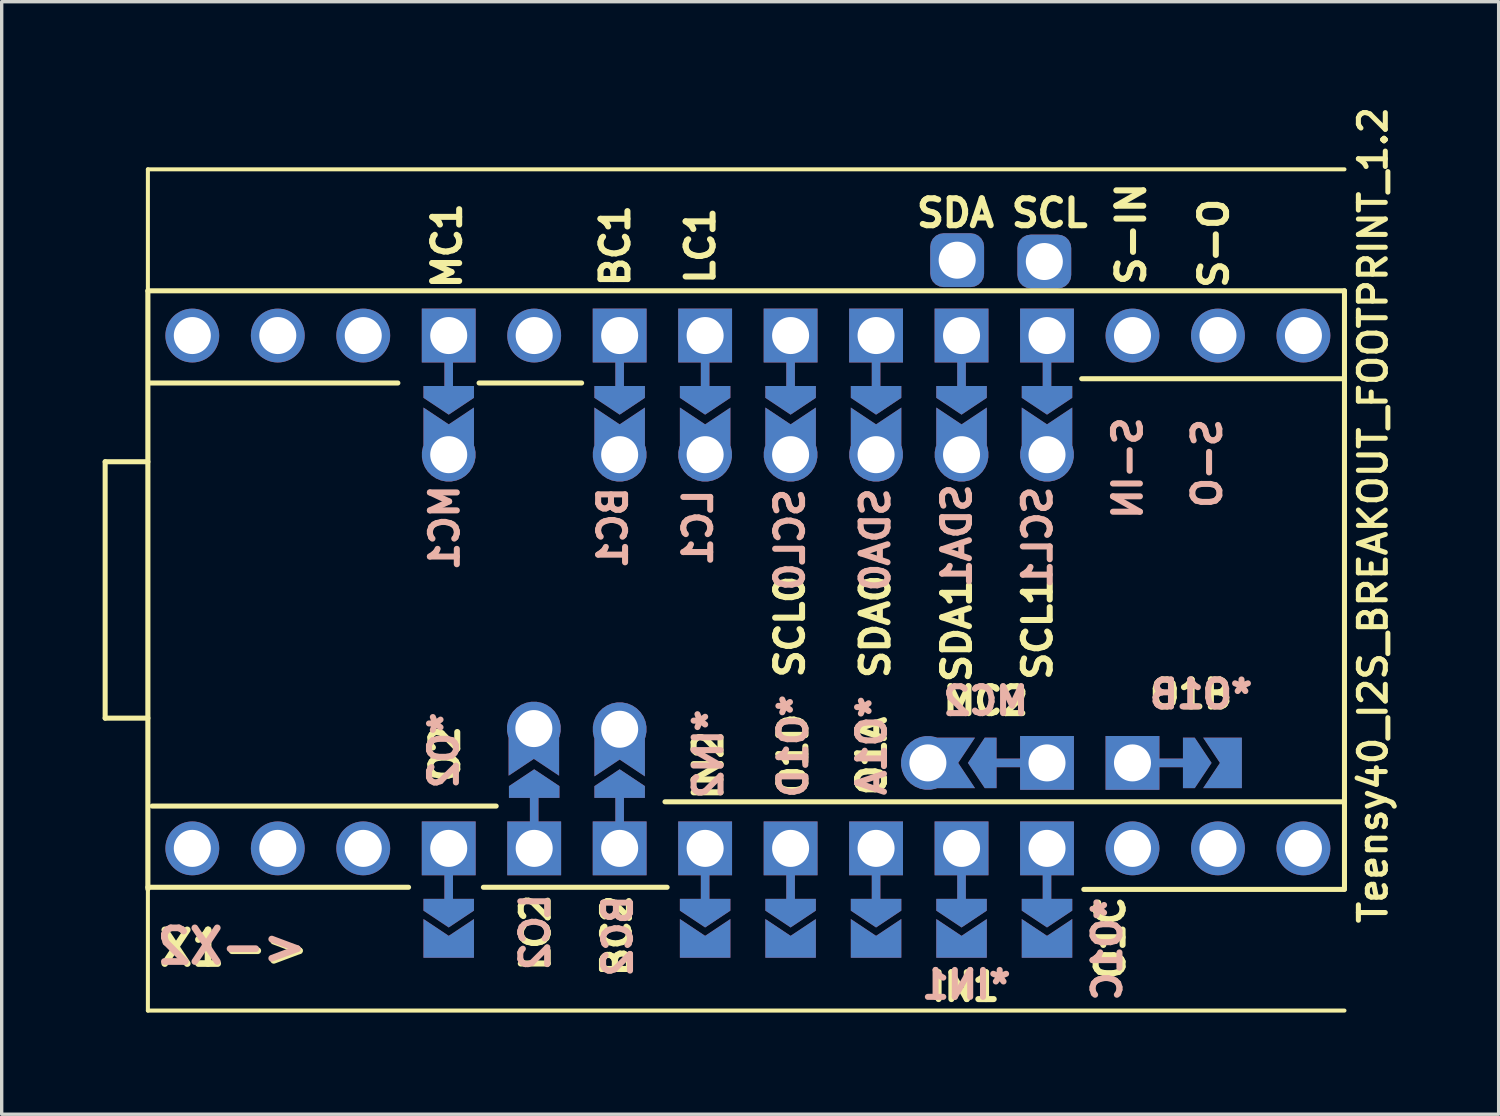
<source format=kicad_pcb>
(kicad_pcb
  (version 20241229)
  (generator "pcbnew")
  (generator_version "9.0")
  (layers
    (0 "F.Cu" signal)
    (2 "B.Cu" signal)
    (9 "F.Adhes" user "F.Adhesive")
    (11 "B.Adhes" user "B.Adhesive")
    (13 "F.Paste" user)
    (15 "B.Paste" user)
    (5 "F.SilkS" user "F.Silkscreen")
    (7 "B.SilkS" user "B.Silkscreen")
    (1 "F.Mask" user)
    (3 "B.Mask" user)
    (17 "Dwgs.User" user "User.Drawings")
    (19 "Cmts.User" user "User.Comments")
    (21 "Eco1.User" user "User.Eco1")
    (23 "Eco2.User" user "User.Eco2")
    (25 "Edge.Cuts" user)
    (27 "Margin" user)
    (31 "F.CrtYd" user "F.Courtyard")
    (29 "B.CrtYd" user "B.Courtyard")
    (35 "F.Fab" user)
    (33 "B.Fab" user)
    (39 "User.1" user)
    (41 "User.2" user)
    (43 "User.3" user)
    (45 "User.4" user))
  (footprint "Teensy40_I2S_BREAKOUT_FOOTPRINT_1.2"
    (layer "F.Cu")
    (at 1.345 1.982)
    (property "Reference" "Teensy40_I2S_BREAKOUT_FOOTPRINT_1.2" (at 36.411 10.277 270) (layer "F.SilkS") (effects (font (size 0.8 0.8) (thickness 0.15))))
    (attr through_hole)
    (fp_poly (pts (xy 8.255 6.54) (xy 9.652 6.604) (xy 9.652 7.62) (xy 8.255 7.556)) (stroke (width 0.1) (type solid)) (fill yes) (layer "F.Mask"))
    (fp_poly (pts (xy 9.629 23.33) (xy 8.232 23.33) (xy 8.232 21.86) (xy 9.629 21.86)) (stroke (width 0.1) (type solid)) (fill yes) (layer "F.Mask"))
    (fp_poly (pts (xy 10.763 17.13) (xy 12.16 17.193) (xy 12.16 18.59) (xy 10.763 18.526)) (stroke (width 0.1) (type solid)) (fill yes) (layer "F.Mask"))
    (fp_poly (pts (xy 13.323 6.506) (xy 14.72 6.57) (xy 14.72 7.967) (xy 13.323 7.904)) (stroke (width 0.1) (type solid)) (fill yes) (layer "F.Mask"))
    (fp_poly (pts (xy 13.323 17.189) (xy 14.72 17.253) (xy 14.72 18.65) (xy 13.323 18.587)) (stroke (width 0.1) (type solid)) (fill yes) (layer "F.Mask"))
    (fp_poly (pts (xy 15.87 6.53) (xy 17.267 6.593) (xy 17.267 7.99) (xy 15.87 7.927)) (stroke (width 0.1) (type solid)) (fill yes) (layer "F.Mask"))
    (fp_poly (pts (xy 17.268 23.35) (xy 15.871 23.35) (xy 15.882 21.76) (xy 17.279 21.76)) (stroke (width 0.1) (type solid)) (fill yes) (layer "F.Mask"))
    (fp_poly (pts (xy 18.403 6.516) (xy 19.8 6.58) (xy 19.8 7.977) (xy 18.403 7.913)) (stroke (width 0.1) (type solid)) (fill yes) (layer "F.Mask"))
    (fp_poly (pts (xy 19.819 23.32) (xy 18.422 23.32) (xy 18.422 21.75) (xy 19.819 21.75)) (stroke (width 0.1) (type solid)) (fill yes) (layer "F.Mask"))
    (fp_poly (pts (xy 20.933 6.506) (xy 22.33 6.57) (xy 22.33 7.967) (xy 20.933 7.904)) (stroke (width 0.1) (type solid)) (fill yes) (layer "F.Mask"))
    (fp_poly (pts (xy 22.338 23.34) (xy 20.942 23.34) (xy 20.962 21.76) (xy 22.358 21.76)) (stroke (width 0.1) (type solid)) (fill yes) (layer "F.Mask"))
    (fp_poly (pts (xy 23.48 6.5) (xy 24.877 6.564) (xy 24.877 7.96) (xy 23.48 7.897)) (stroke (width 0.1) (type solid)) (fill yes) (layer "F.Mask"))
    (fp_poly (pts (xy 24.869 23.37) (xy 23.471 23.37) (xy 23.491 21.73) (xy 24.889 21.73)) (stroke (width 0.1) (type solid)) (fill yes) (layer "F.Mask"))
    (fp_poly (pts (xy 25.2 16.95) (xy 25.137 18.347) (xy 23.739 18.347) (xy 23.803 16.95)) (stroke (width 0.1) (type solid)) (fill yes) (layer "F.Mask"))
    (fp_poly (pts (xy 26.02 6.5) (xy 27.417 6.564) (xy 27.417 7.96) (xy 26.02 7.897)) (stroke (width 0.1) (type solid)) (fill yes) (layer "F.Mask"))
    (fp_poly (pts (xy 27.396 23.332) (xy 25.999 23.332) (xy 25.999 21.76) (xy 27.396 21.76)) (stroke (width 0.1) (type solid)) (fill yes) (layer "F.Mask"))
    (fp_poly (pts (xy 32.31 16.963) (xy 32.247 18.36) (xy 30.85 18.36) (xy 30.913 16.963)) (stroke (width 0.1) (type solid)) (fill yes) (layer "F.Mask"))
    (fp_poly (pts (xy 8.319 6.54) (xy 9.652 6.54) (xy 9.652 7.62) (xy 8.255 7.556)) (stroke (width 0.1) (type solid)) (fill yes) (layer "B.Mask"))
    (fp_poly (pts (xy 9.629 23.32) (xy 8.232 23.32) (xy 8.222 21.74) (xy 9.618 21.74)) (stroke (width 0.1) (type solid)) (fill yes) (layer "B.Mask"))
    (fp_poly (pts (xy 10.803 17.14) (xy 12.2 17.203) (xy 12.2 18.6) (xy 10.803 18.537)) (stroke (width 0.1) (type solid)) (fill yes) (layer "B.Mask"))
    (fp_poly (pts (xy 13.32 6.49) (xy 14.717 6.553) (xy 14.717 7.95) (xy 13.32 7.887)) (stroke (width 0.1) (type solid)) (fill yes) (layer "B.Mask"))
    (fp_poly (pts (xy 13.333 17.14) (xy 14.73 17.203) (xy 14.73 18.6) (xy 13.333 18.537)) (stroke (width 0.1) (type solid)) (fill yes) (layer "B.Mask"))
    (fp_poly (pts (xy 15.87 6.49) (xy 17.267 6.553) (xy 17.267 7.95) (xy 15.87 7.887)) (stroke (width 0.1) (type solid)) (fill yes) (layer "B.Mask"))
    (fp_poly (pts (xy 17.259 23.37) (xy 15.861 23.37) (xy 15.871 21.75) (xy 17.268 21.75)) (stroke (width 0.1) (type solid)) (fill yes) (layer "B.Mask"))
    (fp_poly (pts (xy 18.403 6.476) (xy 19.8 6.54) (xy 19.8 7.937) (xy 18.403 7.873)) (stroke (width 0.1) (type solid)) (fill yes) (layer "B.Mask"))
    (fp_poly (pts (xy 19.799 23.33) (xy 18.401 23.33) (xy 18.381 21.73) (xy 19.779 21.73)) (stroke (width 0.1) (type solid)) (fill yes) (layer "B.Mask"))
    (fp_poly (pts (xy 20.953 6.506) (xy 22.35 6.57) (xy 22.35 7.967) (xy 20.953 7.904)) (stroke (width 0.1) (type solid)) (fill yes) (layer "B.Mask"))
    (fp_poly (pts (xy 22.338 23.34) (xy 20.942 23.34) (xy 20.962 21.74) (xy 22.358 21.74)) (stroke (width 0.1) (type solid)) (fill yes) (layer "B.Mask"))
    (fp_poly (pts (xy 23.49 6.48) (xy 24.887 6.543) (xy 24.887 7.941) (xy 23.49 7.877)) (stroke (width 0.1) (type solid)) (fill yes) (layer "B.Mask"))
    (fp_poly (pts (xy 24.869 23.35) (xy 23.471 23.35) (xy 23.491 21.73) (xy 24.889 21.73)) (stroke (width 0.1) (type solid)) (fill yes) (layer "B.Mask"))
    (fp_poly (pts (xy 25.14 16.95) (xy 25.076 18.347) (xy 23.68 18.347) (xy 23.743 16.95)) (stroke (width 0.1) (type solid)) (fill yes) (layer "B.Mask"))
    (fp_poly (pts (xy 26.01 6.5) (xy 27.407 6.564) (xy 27.407 7.96) (xy 26.01 7.897)) (stroke (width 0.1) (type solid)) (fill yes) (layer "B.Mask"))
    (fp_poly (pts (xy 27.419 23.32) (xy 26.021 23.32) (xy 26.021 21.74) (xy 27.419 21.74)) (stroke (width 0.1) (type solid)) (fill yes) (layer "B.Mask"))
    (fp_poly (pts (xy 32.367 16.94) (xy 32.303 18.337) (xy 30.907 18.337) (xy 30.97 16.94)) (stroke (width 0.1) (type solid)) (fill yes) (layer "B.Mask"))
    (fp_line (start -1.27 8.69) (end 0 8.69) (stroke (width 0.15) (type solid)) (layer "F.SilkS"))
    (fp_line (start -1.27 16.31) (end -1.27 8.69) (stroke (width 0.15) (type solid)) (layer "F.SilkS"))
    (fp_line (start 0 0) (end 0 25) (stroke (width 0.12) (type solid)) (layer "F.SilkS"))
    (fp_line (start 0 0) (end 35.56 0) (stroke (width 0.12) (type solid)) (layer "F.SilkS"))
    (fp_line (start 0 3.61) (end 0 21.39) (stroke (width 0.15) (type solid)) (layer "F.SilkS"))
    (fp_line (start 0 16.31) (end -1.27 16.31) (stroke (width 0.15) (type solid)) (layer "F.SilkS"))
    (fp_line (start 0 21.336) (end 7.747 21.336) (stroke (width 0.15) (type solid)) (layer "F.SilkS"))
    (fp_line (start 0 25) (end 35.56 25) (stroke (width 0.12) (type solid)) (layer "F.SilkS"))
    (fp_line (start 0.064 6.35) (end 7.429 6.35) (stroke (width 0.15) (type solid)) (layer "F.SilkS"))
    (fp_line (start 0.127 18.923) (end 10.351 18.923) (stroke (width 0.15) (type solid)) (layer "F.SilkS"))
    (fp_line (start 9.842 6.35) (end 12.89 6.35) (stroke (width 0.15) (type solid)) (layer "F.SilkS"))
    (fp_line (start 9.97 21.336) (end 15.431 21.336) (stroke (width 0.15) (type solid)) (layer "F.SilkS"))
    (fp_line (start 15.367 18.796) (end 35.56 18.796) (stroke (width 0.15) (type solid)) (layer "F.SilkS"))
    (fp_line (start 27.75 6.223) (end 35.56 6.223) (stroke (width 0.15) (type solid)) (layer "F.SilkS"))
    (fp_line (start 27.813 21.399) (end 35.56 21.399) (stroke (width 0.15) (type solid)) (layer "F.SilkS"))
    (fp_line (start 35.56 3.61) (end 0 3.61) (stroke (width 0.15) (type solid)) (layer "F.SilkS"))
    (fp_line (start 35.56 21.39) (end 35.56 3.61) (stroke (width 0.15) (type solid)) (layer "F.SilkS"))
    (fp_text user "LC1" (at 16.42 2.27 90) (layer "F.SilkS") (effects (font (size 0.8 0.8) (thickness 0.18))))
    (fp_text user "S-IN" (at 29.22 1.92 90) (layer "F.SilkS") (effects (font (size 0.8 0.8) (thickness 0.18))))
    (fp_text user "S-O" (at 31.68 2.2 90) (layer "F.SilkS") (effects (font (size 0.8 0.8) (thickness 0.18))))
    (fp_text user "SDA" (at 24 1.3 0) (layer "F.SilkS") (effects (font (size 0.8 0.8) (thickness 0.18))))
    (fp_text user "SCL1" (at 26.44 13.66 90) (layer "F.SilkS") (effects (font (size 0.8 0.8) (thickness 0.18))))
    (fp_text user "IN1" (at 24.298 24.298 180) (layer "F.SilkS") (effects (font (size 0.8 0.8) (thickness 0.18))))
    (fp_text user "O1D" (at 19.177 17.399 90) (layer "F.SilkS") (effects (font (size 0.8 0.8) (thickness 0.18))))
    (fp_text user "SCL" (at 26.8 1.3 0) (layer "F.SilkS") (effects (font (size 0.8 0.8) (thickness 0.18))))
    (fp_text user "MC2" (at 24.9 15.8 0) (layer "F.SilkS") (effects (font (size 0.8 0.8) (thickness 0.18))))
    (fp_text user "SDA1" (at 24.04 13.71 90) (layer "F.SilkS") (effects (font (size 0.8 0.8) (thickness 0.18))))
    (fp_text user "SCL0" (at 19.08 13.59 90) (layer "F.SilkS") (effects (font (size 0.8 0.8) (thickness 0.18))))
    (fp_text user "O1C" (at 28.605 22.84 90) (layer "F.SilkS") (effects (font (size 0.8 0.8) (thickness 0.18))))
    (fp_text user "O1A" (at 21.514 17.435 90) (layer "F.SilkS") (effects (font (size 0.8 0.8) (thickness 0.18))))
    (fp_text user "SDA0" (at 21.62 13.59 90) (layer "F.SilkS") (effects (font (size 0.8 0.8) (thickness 0.18))))
    (fp_text user "LC2" (at 11.521 22.687 90) (layer "F.SilkS") (effects (font (size 0.8 0.8) (thickness 0.18))))
    (fp_text user "BC1" (at 13.89 2.27 90) (layer "F.SilkS") (effects (font (size 0.8 0.8) (thickness 0.18))))
    (fp_text user "MC1" (at 8.89 2.27 90) (layer "F.SilkS") (effects (font (size 0.8 0.8) (thickness 0.18))))
    (fp_text user "BC2" (at 13.934 22.774 90) (layer "F.SilkS") (effects (font (size 0.8 0.8) (thickness 0.18))))
    (fp_text user "O1B" (at 31 15.6 0) (layer "F.SilkS") (effects (font (size 0.8 0.8) (thickness 0.18))))
    (fp_text user "IN2" (at 16.657 17.714 90) (layer "F.SilkS") (effects (font (size 0.8 0.8) (thickness 0.18))))
    (fp_text user "O2" (at 8.833 17.37 90) (layer "F.SilkS") (effects (font (size 0.8 0.8) (thickness 0.18))))
    (fp_text user "X1->" (at 2.55 23.15 0) (layer "F.SilkS") (effects (font (size 1 1) (thickness 0.2))))
    (fp_text user "LC2" (at 11.506 22.667 90) (layer "B.SilkS") (effects (font (size 0.8 0.8) (thickness 0.18)) (justify mirror)))
    (fp_text user "*IN2" (at 16.657 17.374 90) (unlocked yes) (layer "B.SilkS") (effects (font (size 0.8 0.8) (thickness 0.18)) (justify mirror)))
    (fp_text user "<-X2" (at 2.49 23.09 0) (layer "B.SilkS") (effects (font (size 1 1) (thickness 0.2)) (justify mirror)))
    (fp_text user "S-O" (at 31.48 8.74 90) (layer "B.SilkS") (effects (font (size 0.8 0.8) (thickness 0.18)) (justify mirror)))
    (fp_text user "LC1" (at 16.35 10.65 90) (layer "B.SilkS") (effects (font (size 0.8 0.8) (thickness 0.18)) (justify mirror)))
    (fp_text user "SDA0" (at 21.62 11.01 90) (layer "B.SilkS") (effects (font (size 0.8 0.8) (thickness 0.18)) (justify mirror)))
    (fp_text user "*O1A" (at 21.514 17.125 90) (layer "B.SilkS") (effects (font (size 0.8 0.8) (thickness 0.18)) (justify mirror)))
    (fp_text user "SCL1" (at 26.44 10.94 90) (layer "B.SilkS") (effects (font (size 0.8 0.8) (thickness 0.18)) (justify mirror)))
    (fp_text user "*O1B" (at 31.3 15.6 0) (unlocked yes) (layer "B.SilkS") (effects (font (size 0.8 0.8) (thickness 0.18)) (justify mirror)))
    (fp_text user "*O1C" (at 28.512 23.177 90) (layer "B.SilkS") (effects (font (size 0.8 0.8) (thickness 0.18)) (justify mirror)))
    (fp_text user "BC1" (at 13.82 10.65 90) (layer "B.SilkS") (effects (font (size 0.8 0.8) (thickness 0.18)) (justify mirror)))
    (fp_text user "MC1" (at 8.82 10.65 90) (layer "B.SilkS") (effects (font (size 0.8 0.8) (thickness 0.18)) (justify mirror)))
    (fp_text user "S-IN" (at 29.12 8.88 90) (layer "B.SilkS") (effects (font (size 0.8 0.8) (thickness 0.18)) (justify mirror)))
    (fp_text user "SCL0" (at 19.08 11.01 90) (layer "B.SilkS") (effects (font (size 0.8 0.8) (thickness 0.18)) (justify mirror)))
    (fp_text user "*O2" (at 8.793 17.268 90) (layer "B.SilkS") (effects (font (size 0.8 0.8) (thickness 0.18)) (justify mirror)))
    (fp_text user "MC2" (at 24.9 15.8 0) (unlocked yes) (layer "B.SilkS") (effects (font (size 0.8 0.8) (thickness 0.18)) (justify mirror)))
    (fp_text user "BC2" (at 13.967 22.784 90) (layer "B.SilkS") (effects (font (size 0.8 0.8) (thickness 0.18)) (justify mirror)))
    (fp_text user "SDA1" (at 24.04 10.89 90) (layer "B.SilkS") (effects (font (size 0.8 0.8) (thickness 0.18)) (justify mirror)))
    (fp_text user "*O1D" (at 19.177 17.145 90) (layer "B.SilkS") (effects (font (size 0.8 0.8) (thickness 0.18)) (justify mirror)))
    (fp_text user "*IN1" (at 24.323 24.232 0) (unlocked yes) (layer "B.SilkS") (effects (font (size 0.8 0.8) (thickness 0.18)) (justify mirror)))
    (pad "1" thru_hole circle (at 1.32 20.18) (size 1.6 1.6) (drill 1.1) (layers "*.Cu" "*.Mask"))
    (pad "2" thru_hole circle (at 3.86 20.18) (size 1.6 1.6) (drill 1.1) (layers "*.Cu" "*.Mask"))
    (pad "3" thru_hole circle (at 6.4 20.18 90) (size 1.6 1.6) (drill 1.1) (layers "*.Cu" "*.Mask"))
    (pad "4" thru_hole custom (at 8.94 20.18 90) (size 1.6 1.6) (drill 1.1) (layers "*.Cu" "*.Mask") (options (anchor rect)) (primitives (gr_poly (pts (xy -1.85 -0.75) (xy -1.5 -0.75) (xy -1.5 0.75) (xy -1.85 0.75) (xy -2.35 0)) (width 0) (fill yes)) (gr_line (start 0 0) (end -2 0) (width 0.254))))
    (pad "5" thru_hole custom (at 11.48 20.18 270) (size 1.6 1.6) (drill 1.1) (layers "*.Cu" "*.Mask") (options (anchor rect)) (primitives (gr_poly (pts (xy -1.85 -0.75) (xy -1.5 -0.75) (xy -1.5 0.75) (xy -1.85 0.75) (xy -2.35 0)) (width 0) (fill yes)) (gr_line (start 0 0) (end -2 0) (width 0.254))))
    (pad "6" thru_hole custom (at 14.02 20.18 270) (size 1.6 1.6) (drill 1.1) (layers "*.Cu" "*.Mask") (options (anchor rect)) (primitives (gr_poly (pts (xy -1.85 -0.75) (xy -1.5 -0.75) (xy -1.5 0.75) (xy -1.85 0.75) (xy -2.35 0)) (width 0) (fill yes)) (gr_line (start 0 0) (end -2 0) (width 0.254))))
    (pad "7" thru_hole custom (at 16.56 20.18 90) (size 1.6 1.6) (drill 1.1) (layers "*.Cu" "*.Mask") (options (anchor rect)) (primitives (gr_poly (pts (xy -1.85 -0.75) (xy -1.5 -0.75) (xy -1.5 0.75) (xy -1.85 0.75) (xy -2.35 0)) (width 0) (fill yes)) (gr_line (start 0 0) (end -2 0) (width 0.254))))
    (pad "8" thru_hole custom (at 19.1 20.18 90) (size 1.6 1.6) (drill 1.1) (layers "*.Cu" "*.Mask") (options (anchor rect)) (primitives (gr_poly (pts (xy -1.85 -0.75) (xy -1.5 -0.75) (xy -1.5 0.75) (xy -1.85 0.75) (xy -2.35 0)) (width 0) (fill yes)) (gr_line (start 0 0) (end -2 0) (width 0.254))))
    (pad "9" thru_hole custom (at 21.64 20.18 90) (size 1.6 1.6) (drill 1.1) (layers "*.Cu" "*.Mask") (options (anchor rect)) (primitives (gr_poly (pts (xy -1.85 -0.75) (xy -1.5 -0.75) (xy -1.5 0.75) (xy -1.85 0.75) (xy -2.35 0)) (width 0) (fill yes)) (gr_line (start 0 0) (end -2 0) (width 0.254))))
    (pad "10" thru_hole custom (at 24.18 20.18 90) (size 1.6 1.6) (drill 1.1) (layers "*.Cu" "*.Mask") (options (anchor rect)) (primitives (gr_poly (pts (xy -1.85 -0.75) (xy -1.5 -0.75) (xy -1.5 0.75) (xy -1.85 0.75) (xy -2.35 0)) (width 0) (fill yes)) (gr_line (start 0 0) (end -2 0) (width 0.254))))
    (pad "11" thru_hole custom (at 26.72 20.18 90) (size 1.6 1.6) (drill 1.1) (layers "*.Cu" "*.Mask") (options (anchor rect)) (primitives (gr_poly (pts (xy -1.85 -0.75) (xy -1.5 -0.75) (xy -1.5 0.75) (xy -1.85 0.75) (xy -2.35 0)) (width 0) (fill yes)) (gr_line (start 0 0) (end -2 0) (width 0.254))))
    (pad "12" thru_hole circle (at 29.26 20.18) (size 1.6 1.6) (drill 1.1) (layers "*.Cu" "*.Mask"))
    (pad "13" thru_hole circle (at 31.8 20.18) (size 1.6 1.6) (drill 1.1) (layers "*.Cu" "*.Mask"))
    (pad "14" thru_hole circle (at 34.34 20.18) (size 1.6 1.6) (drill 1.1) (layers "*.Cu" "*.Mask"))
    (pad "20" thru_hole circle (at 34.34 4.94) (size 1.6 1.6) (drill 1.1) (layers "*.Cu" "*.Mask"))
    (pad "21" thru_hole circle (at 31.8 4.94) (size 1.6 1.6) (drill 1.1) (layers "*.Cu" "*.Mask"))
    (pad "22" thru_hole circle (at 29.26 4.94) (size 1.6 1.6) (drill 1.1) (layers "*.Cu" "*.Mask"))
    (pad "23" thru_hole custom (at 26.72 4.94 90) (size 1.6 1.6) (drill 1.1) (layers "*.Cu" "*.Mask") (options (anchor rect)) (primitives (gr_poly (pts (xy -1.85 -0.75) (xy -1.5 -0.75) (xy -1.5 0.75) (xy -1.85 0.75) (xy -2.35 0)) (width 0) (fill yes)) (gr_line (start 0 0) (end -2 0) (width 0.254))))
    (pad "24" thru_hole custom (at 24.18 4.94 90) (size 1.6 1.6) (drill 1.1) (layers "*.Cu" "*.Mask") (options (anchor rect)) (primitives (gr_poly (pts (xy -1.85 -0.75) (xy -1.5 -0.75) (xy -1.5 0.75) (xy -1.85 0.75) (xy -2.35 0)) (width 0) (fill yes)) (gr_line (start 0 0) (end -2 0) (width 0.254))))
    (pad "25" thru_hole custom (at 21.64 4.94 90) (size 1.6 1.6) (drill 1.1) (layers "*.Cu" "*.Mask") (options (anchor rect)) (primitives (gr_poly (pts (xy -1.85 -0.75) (xy -1.5 -0.75) (xy -1.5 0.75) (xy -1.85 0.75) (xy -2.35 0)) (width 0) (fill yes)) (gr_line (start 0 0) (end -2 0) (width 0.254))))
    (pad "26" thru_hole custom (at 19.1 4.94 90) (size 1.6 1.6) (drill 1.1) (layers "*.Cu" "*.Mask") (options (anchor rect)) (primitives (gr_poly (pts (xy -1.85 -0.75) (xy -1.5 -0.75) (xy -1.5 0.75) (xy -1.85 0.75) (xy -2.35 0)) (width 0) (fill yes)) (gr_line (start 0 0) (end -2 0) (width 0.254))))
    (pad "27" thru_hole custom (at 16.56 4.94 90) (size 1.6 1.6) (drill 1.1) (layers "*.Cu" "*.Mask") (options (anchor rect)) (primitives (gr_poly (pts (xy -1.85 -0.75) (xy -1.5 -0.75) (xy -1.5 0.75) (xy -1.85 0.75) (xy -2.35 0)) (width 0) (fill yes)) (gr_line (start 0 0) (end -2 0) (width 0.254))))
    (pad "28" thru_hole custom (at 14.02 4.94 90) (size 1.6 1.6) (drill 1.1) (layers "*.Cu" "*.Mask") (options (anchor rect)) (primitives (gr_poly (pts (xy -1.85 -0.75) (xy -1.5 -0.75) (xy -1.5 0.75) (xy -1.85 0.75) (xy -2.35 0)) (width 0) (fill yes)) (gr_line (start 0 0) (end -2 0) (width 0.254))))
    (pad "29" thru_hole circle (at 11.48 4.94) (size 1.6 1.6) (drill 1.1) (layers "*.Cu" "*.Mask"))
    (pad "30" thru_hole custom (at 8.94 4.94 90) (size 1.6 1.6) (drill 1.1) (layers "*.Cu" "*.Mask") (options (anchor rect)) (primitives (gr_poly (pts (xy -1.85 -0.75) (xy -1.5 -0.75) (xy -1.5 0.75) (xy -1.85 0.75) (xy -2.35 0)) (width 0) (fill yes)) (gr_line (start 0 0) (end -2 0) (width 0.254))))
    (pad "31" thru_hole circle (at 6.4 4.94) (size 1.6 1.6) (drill 1.1) (layers "*.Cu" "*.Mask"))
    (pad "32" thru_hole circle (at 3.86 4.94) (size 1.6 1.6) (drill 1.1) (layers "*.Cu" "*.Mask"))
    (pad "33" thru_hole circle (at 1.32 4.94) (size 1.6 1.6) (drill 1.1) (layers "*.Cu" "*.Mask"))
    (pad "43" thru_hole custom (at 29.26 17.64 180) (size 1.6 1.6) (drill 1.1) (layers "*.Cu" "*.Mask") (options (anchor rect)) (primitives (gr_poly (pts (xy -1.85 -0.75) (xy -1.5 -0.75) (xy -1.5 0.75) (xy -1.85 0.75) (xy -2.35 0)) (width 0) (fill yes)) (gr_line (start 0 0) (end -2 0) (width 0.254))))
    (pad "44" thru_hole custom (at 26.72 17.64) (size 1.6 1.6) (drill 1.1) (layers "*.Cu" "*.Mask") (options (anchor rect)) (primitives (gr_poly (pts (xy -1.85 -0.75) (xy -1.5 -0.75) (xy -1.5 0.75) (xy -1.85 0.75) (xy -2.35 0)) (width 0) (fill yes)) (gr_line (start 0 0) (end -2 0) (width 0.254))))
    (pad "C1" thru_hole custom (at 21.64 8.48 270) (size 1.6 1.6) (drill 1.1) (layers "*.Cu" "*.Mask") (options (anchor circle)) (primitives (gr_poly (pts (xy -1.4 -0.75) (xy 0 -0.75) (xy 0 0.75) (xy -1.4 0.75) (xy -0.9 0)) (width 0) (fill yes))))
    (pad "C1" thru_hole roundrect (at 24.05 2.7) (size 1.6 1.6) (drill 1.1) (layers "*.Cu" "*.Mask") (roundrect_rratio 0.25))
    (pad "C1" thru_hole custom (at 24.18 8.48 270) (size 1.6 1.6) (drill 1.1) (layers "*.Cu" "*.Mask") (options (anchor circle)) (primitives (gr_poly (pts (xy -1.4 -0.75) (xy 0 -0.75) (xy 0 0.75) (xy -1.4 0.75) (xy -0.9 0)) (width 0) (fill yes))))
    (pad "C2" thru_hole custom (at 19.1 8.48 270) (size 1.6 1.6) (drill 1.1) (layers "*.Cu" "*.Mask") (options (anchor circle)) (primitives (gr_poly (pts (xy -1.4 -0.75) (xy 0 -0.75) (xy 0 0.75) (xy -1.4 0.75) (xy -0.9 0)) (width 0) (fill yes))))
    (pad "C2" thru_hole roundrect (at 26.64 2.74) (size 1.6 1.6) (drill 1.1) (layers "*.Cu" "*.Mask") (roundrect_rratio 0.25))
    (pad "C2" thru_hole custom (at 26.72 8.48 270) (size 1.6 1.6) (drill 1.1) (layers "*.Cu" "*.Mask") (options (anchor circle)) (primitives (gr_poly (pts (xy -1.4 -0.75) (xy 0 -0.75) (xy 0 0.75) (xy -1.4 0.75) (xy -0.9 0)) (width 0) (fill yes))))
    (pad "S1" thru_hole custom (at 8.94 8.48 270) (size 1.6 1.6) (drill 1.1) (layers "*.Cu" "*.Mask") (options (anchor circle)) (primitives (gr_poly (pts (xy -1.4 -0.75) (xy 0 -0.75) (xy 0 0.75) (xy -1.4 0.75) (xy -0.9 0)) (width 0) (fill yes))))
    (pad "S1" thru_hole custom (at 23.18 17.64 180) (size 1.6 1.6) (drill 1.1) (layers "*.Cu" "*.Mask") (options (anchor circle)) (primitives (gr_poly (pts (xy -1.4 -0.75) (xy 0 -0.75) (xy 0 0.75) (xy -1.4 0.75) (xy -0.9 0)) (width 0) (fill yes))))
    (pad "S2" thru_hole custom (at 11.47 16.62 90) (size 1.6 1.6) (drill 1.1) (layers "*.Cu" "*.Mask") (options (anchor circle)) (primitives (gr_poly (pts (xy -1.4 -0.75) (xy 0 -0.75) (xy 0 0.75) (xy -1.4 0.75) (xy -0.9 0)) (width 0) (fill yes))))
    (pad "S2" thru_hole custom (at 16.56 8.48 270) (size 1.6 1.6) (drill 1.1) (layers "*.Cu" "*.Mask") (options (anchor circle)) (primitives (gr_poly (pts (xy -1.4 -0.75) (xy 0 -0.75) (xy 0 0.75) (xy -1.4 0.75) (xy -0.9 0)) (width 0) (fill yes))))
    (pad "S3" thru_hole custom (at 14.02 8.48 270) (size 1.6 1.6) (drill 1.1) (layers "*.Cu" "*.Mask") (options (anchor circle)) (primitives (gr_poly (pts (xy -1.4 -0.75) (xy 0 -0.75) (xy 0 0.75) (xy -1.4 0.75) (xy -0.9 0)) (width 0) (fill yes))))
    (pad "S3" thru_hole custom (at 14.02 16.64 90) (size 1.6 1.6) (drill 1.1) (layers "*.Cu" "*.Mask") (options (anchor circle)) (primitives (gr_poly (pts (xy -1.4 -0.75) (xy 0 -0.75) (xy 0 0.75) (xy -1.4 0.75) (xy -0.9 0)) (width 0) (fill yes))))
    (pad "X1" smd custom (at 8.94 23.18 270) (size 0.5 0.5) (layers "F.Cu" "F.Mask") (options (anchor rect)) (primitives (gr_poly (pts (xy -0.9 -0.75) (xy 0.25 -0.75) (xy 0.25 0.75) (xy -0.9 0.75) (xy -0.4 0)) (width 0) (fill yes))))
    (pad "X1" smd custom (at 16.56 23.18 270) (size 0.5 1.5) (layers "F.Cu" "F.Mask") (options (anchor rect)) (primitives (gr_poly (pts (xy -0.9 -0.75) (xy 0.25 -0.75) (xy 0.25 0.75) (xy -0.9 0.75) (xy -0.4 0)) (width 0) (fill yes))))
    (pad "X1" smd custom (at 19.1 23.18 270) (size 0.5 1.5) (layers "F.Cu" "F.Mask") (options (anchor rect)) (primitives (gr_poly (pts (xy -0.9 -0.75) (xy 0.25 -0.75) (xy 0.25 0.75) (xy -0.9 0.75) (xy -0.4 0)) (width 0) (fill yes))))
    (pad "X1" smd custom (at 21.64 23.18 270) (size 0.5 1.5) (layers "F.Cu" "F.Mask") (options (anchor rect)) (primitives (gr_poly (pts (xy -0.9 -0.75) (xy 0.25 -0.75) (xy 0.25 0.75) (xy -0.9 0.75) (xy -0.4 0)) (width 0) (fill yes))))
    (pad "X1" smd custom (at 24.18 23.18 270) (size 0.5 1.5) (layers "F.Cu" "F.Mask") (options (anchor rect)) (primitives (gr_poly (pts (xy -0.9 -0.75) (xy 0.25 -0.75) (xy 0.25 0.75) (xy -0.9 0.75) (xy -0.4 0)) (width 0) (fill yes))))
    (pad "X1" smd custom (at 26.72 23.18 270) (size 0.5 1.5) (layers "F.Cu" "F.Mask") (options (anchor rect)) (primitives (gr_poly (pts (xy -0.9 -0.75) (xy 0.25 -0.75) (xy 0.25 0.75) (xy -0.9 0.75) (xy -0.4 0)) (width 0) (fill yes))))
    (pad "X1" smd custom (at 32.26 17.64) (size 0.5 1.5) (layers "F.Cu" "F.Mask") (options (anchor rect)) (primitives (gr_poly (pts (xy -0.9 -0.75) (xy 0.25 -0.75) (xy 0.25 0.75) (xy -0.9 0.75) (xy -0.4 0)) (width 0) (fill yes))))
    (pad "X2" smd custom (at 8.94 23.18 270) (size 0.5 1.5) (layers "B.Cu" "B.Mask") (options (anchor rect)) (primitives (gr_poly (pts (xy -0.9 -0.75) (xy 0.25 -0.75) (xy 0.25 0.75) (xy -0.9 0.75) (xy -0.4 0)) (width 0) (fill yes))))
    (pad "X2" smd custom (at 16.56 23.18 270) (size 0.5 1.5) (layers "B.Cu" "B.Mask") (options (anchor rect)) (primitives (gr_poly (pts (xy -0.9 -0.75) (xy 0.25 -0.75) (xy 0.25 0.75) (xy -0.9 0.75) (xy -0.4 0)) (width 0) (fill yes))))
    (pad "X2" smd custom (at 19.1 23.18 270) (size 0.5 1.5) (layers "B.Cu" "B.Mask") (options (anchor rect)) (primitives (gr_poly (pts (xy -0.9 -0.75) (xy 0.25 -0.75) (xy 0.25 0.75) (xy -0.9 0.75) (xy -0.4 0)) (width 0) (fill yes))))
    (pad "X2" smd custom (at 21.64 23.18 270) (size 0.5 1.5) (layers "B.Cu" "B.Mask") (options (anchor rect)) (primitives (gr_poly (pts (xy -0.9 -0.75) (xy 0.25 -0.75) (xy 0.25 0.75) (xy -0.9 0.75) (xy -0.4 0)) (width 0) (fill yes))))
    (pad "X2" smd custom (at 24.18 23.18 270) (size 0.5 1.5) (layers "B.Cu" "B.Mask") (options (anchor rect)) (primitives (gr_poly (pts (xy -0.9 -0.75) (xy 0.25 -0.75) (xy 0.25 0.75) (xy -0.9 0.75) (xy -0.4 0)) (width 0) (fill yes))))
    (pad "X2" smd custom (at 26.72 23.18 270) (size 0.5 1.5) (layers "B.Cu" "B.Mask") (options (anchor rect)) (primitives (gr_poly (pts (xy -0.9 -0.75) (xy 0.25 -0.75) (xy 0.25 0.75) (xy -0.9 0.75) (xy -0.4 0)) (width 0) (fill yes))))
    (pad "X2" smd custom (at 32.26 17.64) (size 0.5 1.5) (layers "B.Cu" "B.Mask") (options (anchor rect)) (primitives (gr_poly (pts (xy -0.9 -0.75) (xy 0.25 -0.75) (xy 0.25 0.75) (xy -0.9 0.75) (xy -0.4 0)) (width 0) (fill yes)))))
  (gr_rect
    (start -3 -3)
    (end 41.487 30.063)
    (stroke (width 0.1) (type default))
    (fill no)
    (layer "Edge.Cuts")))
</source>
